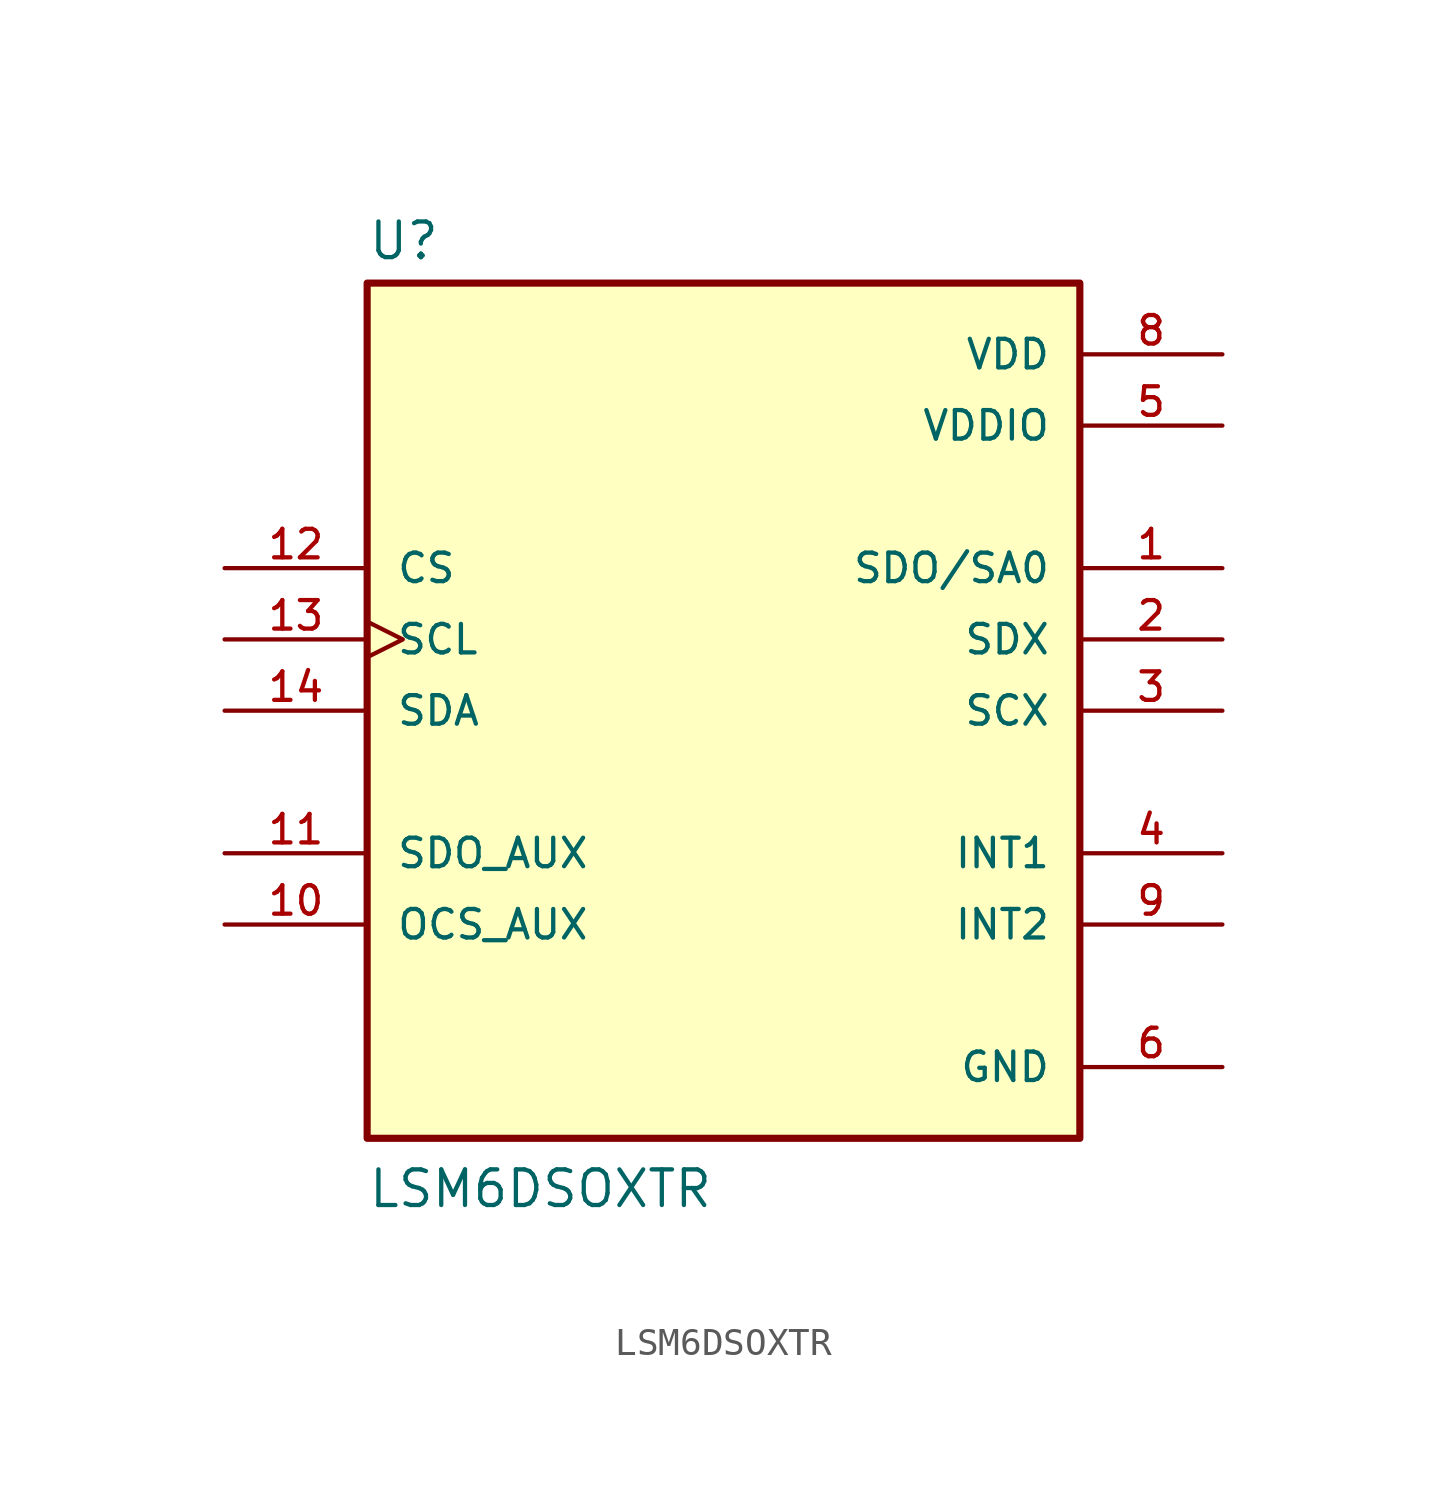
<source format=kicad_sym>
(kicad_symbol_lib
  (version 20211014)
  (generator kicad_symbol_editor)
  (symbol "LSM6DSOXTR"
    (pin_names
      (offset 1.016))
    (property "Reference" "U"
      (at -12.7 16.002 0)
      (effects (font (size 1.27 1.27)) (justify bottom left)))
    (property "Value" "LSM6DSOXTR"
      (at -12.7 -17.78 0)
      (effects (font (size 1.27 1.27)) (justify bottom left)))
    (symbol "LSM6DSOXTR_0_0"
      (rectangle (start -12.7 -15.24) (end 12.7 15.24) (stroke (width 0.254)) (fill (type background)))
      (pin bidirectional line (at -17.78 -5.08 0) (length 5.08) (name "SDO_AUX" (effects (font (size 1.016 1.016)))) (number "11" (effects (font (size 1.016 1.016)))))
      (pin bidirectional line (at -17.78 -7.62 0) (length 5.08) (name "OCS_AUX" (effects (font (size 1.016 1.016)))) (number "10" (effects (font (size 1.016 1.016)))))
      (pin output line (at 17.78 -7.62 180.0) (length 5.08) (name "INT2" (effects (font (size 1.016 1.016)))) (number "9" (effects (font (size 1.016 1.016)))))
      (pin output line (at 17.78 -5.08 180.0) (length 5.08) (name "INT1" (effects (font (size 1.016 1.016)))) (number "4" (effects (font (size 1.016 1.016)))))
      (pin power_in line (at 17.78 12.7 180.0) (length 5.08) (name "VDD" (effects (font (size 1.016 1.016)))) (number "8" (effects (font (size 1.016 1.016)))))
      (pin bidirectional line (at 17.78 2.54 180.0) (length 5.08) (name "SDX" (effects (font (size 1.016 1.016)))) (number "2" (effects (font (size 1.016 1.016)))))
      (pin power_in line (at 17.78 -12.7 180.0) (length 5.08) (name "GND" (effects (font (size 1.016 1.016)))) (number "6" (effects (font (size 1.016 1.016)))))
      (pin power_in line (at 17.78 -12.7 180.0) (length 5.08) hide (name "GND" (effects (font (size 1.016 1.016)))) (number "7" (effects (font (size 1.016 1.016)))))
      (pin bidirectional line (at 17.78 0.0 180.0) (length 5.08) (name "SCX" (effects (font (size 1.016 1.016)))) (number "3" (effects (font (size 1.016 1.016)))))
      (pin bidirectional line (at -17.78 0.0 0) (length 5.08) (name "SDA" (effects (font (size 1.016 1.016)))) (number "14" (effects (font (size 1.016 1.016)))))
      (pin input clock (at -17.78 2.54 0) (length 5.08) (name "SCL" (effects (font (size 1.016 1.016)))) (number "13" (effects (font (size 1.016 1.016)))))
      (pin input line (at -17.78 5.08 0) (length 5.08) (name "CS" (effects (font (size 1.016 1.016)))) (number "12" (effects (font (size 1.016 1.016)))))
      (pin power_in line (at 17.78 10.16 180.0) (length 5.08) (name "VDDIO" (effects (font (size 1.016 1.016)))) (number "5" (effects (font (size 1.016 1.016)))))
      (pin bidirectional line (at 17.78 5.08 180.0) (length 5.08) (name "SDO/SA0" (effects (font (size 1.016 1.016)))) (number "1" (effects (font (size 1.016 1.016))))))))
</source>
